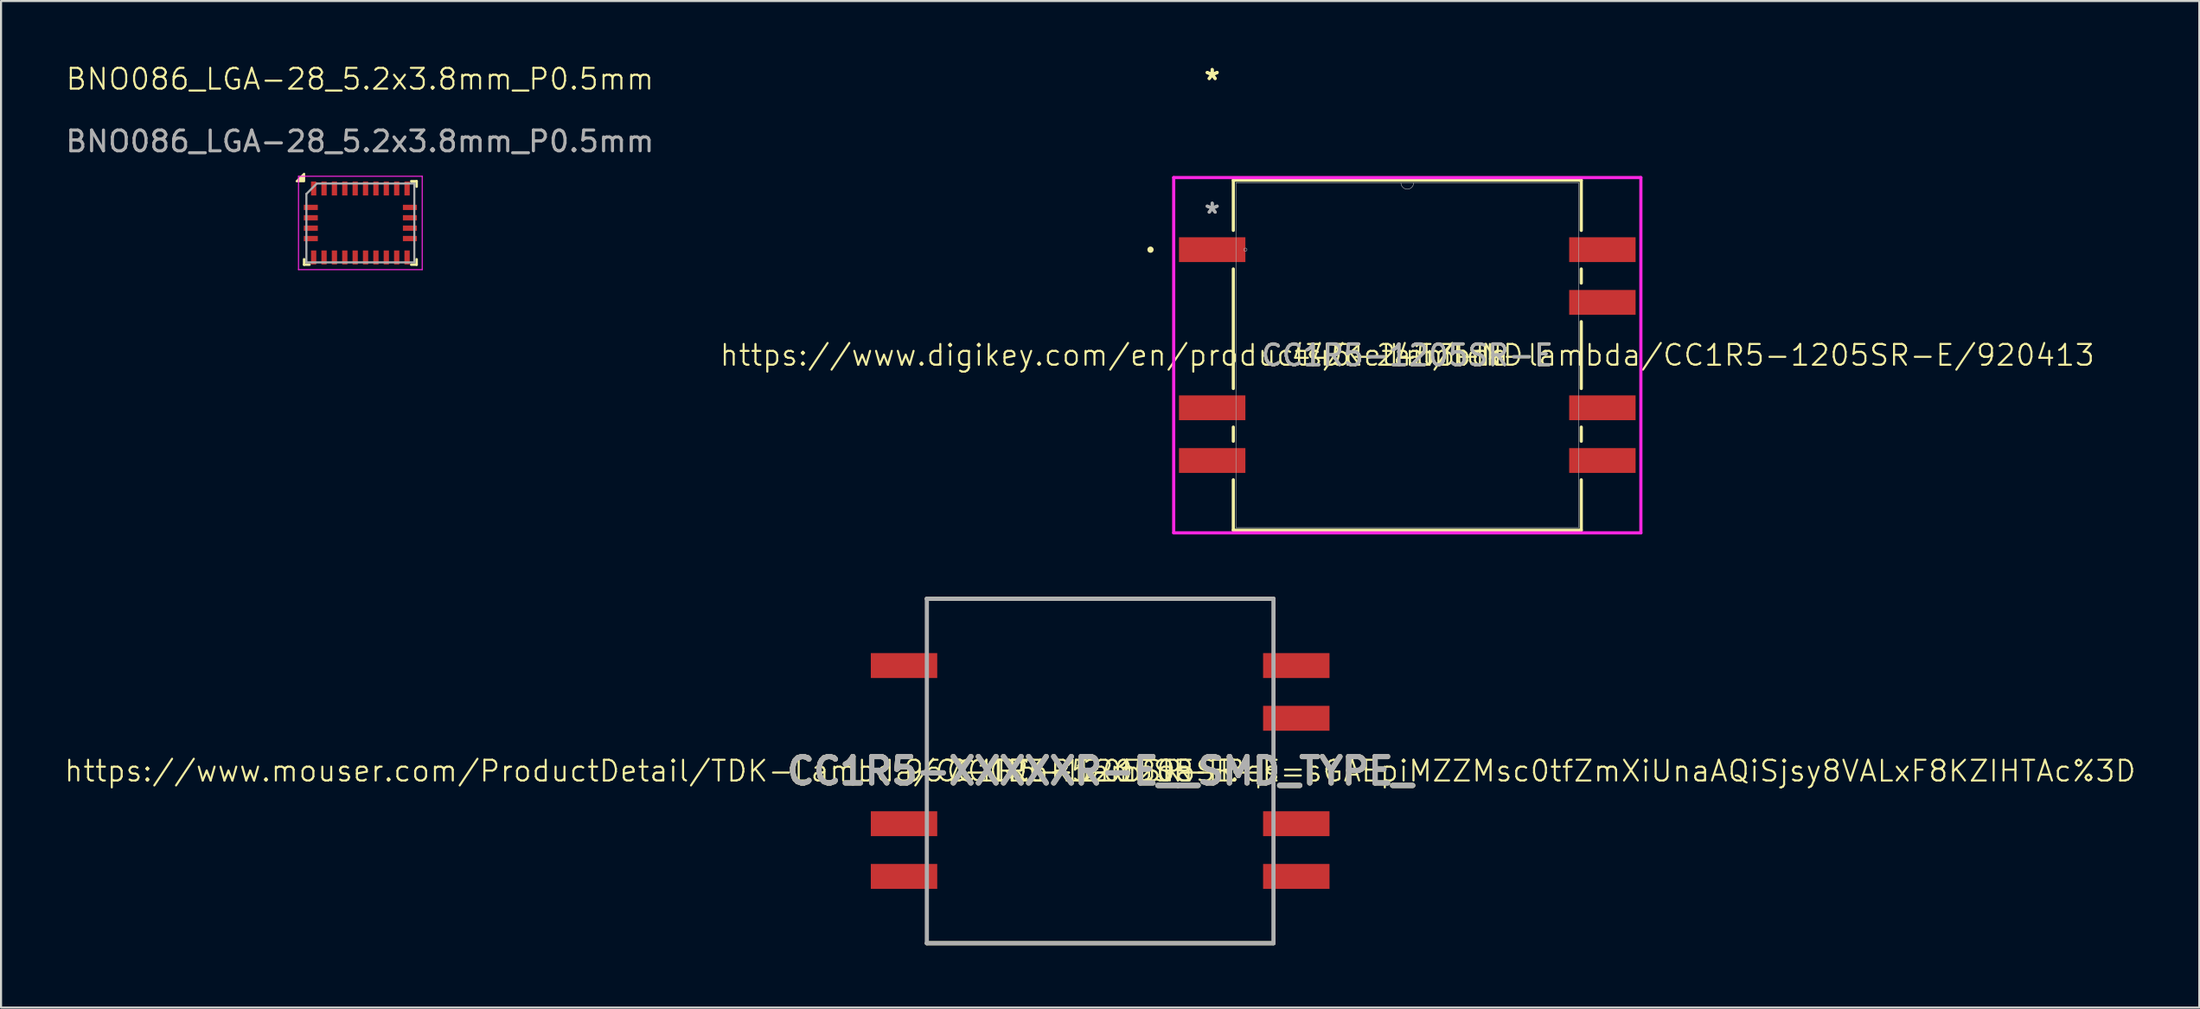
<source format=kicad_pcb>
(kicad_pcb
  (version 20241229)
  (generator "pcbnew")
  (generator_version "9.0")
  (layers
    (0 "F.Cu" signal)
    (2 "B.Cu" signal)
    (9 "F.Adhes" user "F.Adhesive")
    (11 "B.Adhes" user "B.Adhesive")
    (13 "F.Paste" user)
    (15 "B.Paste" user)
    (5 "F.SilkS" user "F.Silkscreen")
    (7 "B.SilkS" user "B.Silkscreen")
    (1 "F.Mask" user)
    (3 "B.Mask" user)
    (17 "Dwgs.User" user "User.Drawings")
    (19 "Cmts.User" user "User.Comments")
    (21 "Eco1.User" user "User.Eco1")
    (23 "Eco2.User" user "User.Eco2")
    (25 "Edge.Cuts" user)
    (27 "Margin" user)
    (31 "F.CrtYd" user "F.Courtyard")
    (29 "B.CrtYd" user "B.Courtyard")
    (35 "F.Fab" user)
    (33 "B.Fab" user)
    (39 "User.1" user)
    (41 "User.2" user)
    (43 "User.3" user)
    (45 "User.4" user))
  (footprint "CC1R5-XXXXXR-E__SMD_TYPE_"
    (layer "F.Cu")
    (at 49.955 34.103)
    (property "Reference" "CC1R5-XXXXXR-E__SMD_TYPE_" (at 0 0 0) (layer "F.SilkS") (effects (font (size 1.27 1.27) (thickness 0.254))))
    (property "Mouser PN" "967-CC1R5-1205SR-E " (at 0 0 0) (layer "F.SilkS") (effects (font (size 1 1) (thickness 0.1))))
    (property "Mouser URL" "https://www.mouser.com/ProductDetail/TDK-Lambda/CC1R5-1205SR-E?qs=sGAEpiMZZMsc0tfZmXiUnaAQiSjsy8VALxF8KZIHTAc%3D" (at 0 0 0) (layer "F.SilkS") (effects (font (size 1 1) (thickness 0.1))))
    (property "MFG PN" "CC1R5-1205SR-E " (at 0 0 0) (layer "F.SilkS") (effects (font (size 1 1) (thickness 0.1))))
    (property "MFG" "TDK-Lambda " (at 0 0 0) (layer "F.SilkS") (effects (font (size 1 1) (thickness 0.1))))
    (attr smd)
    (fp_line (start -8.35 -8.3) (end 8.35 -8.3) (stroke (width 0.2) (type solid)) (layer "F.SilkS"))
    (fp_line (start -8.35 8.3) (end 8.35 8.3) (stroke (width 0.2) (type solid)) (layer "F.SilkS"))
    (fp_line (start -8.35 -8.3) (end 8.35 -8.3) (stroke (width 0.2) (type solid)) (layer "F.Fab"))
    (fp_line (start -8.35 8.3) (end -8.35 -8.3) (stroke (width 0.2) (type solid)) (layer "F.Fab"))
    (fp_line (start 8.35 -8.3) (end 8.35 8.3) (stroke (width 0.2) (type solid)) (layer "F.Fab"))
    (fp_line (start 8.35 8.3) (end -8.35 8.3) (stroke (width 0.2) (type solid)) (layer "F.Fab"))
    (fp_text user "${REFERENCE}" (at 0 0 0) (layer "F.Fab") (effects (font (size 1.27 1.27) (thickness 0.254))))
    (pad "1" smd rect (at -9.45 -5.08 90) (size 1.2 3.2) (layers "F.Cu" "F.Mask" "F.Paste"))
    (pad "2" smd rect (at -9.45 2.54 90) (size 1.2 3.2) (layers "F.Cu" "F.Mask" "F.Paste"))
    (pad "3" smd rect (at -9.45 5.08 90) (size 1.2 3.2) (layers "F.Cu" "F.Mask" "F.Paste"))
    (pad "4" smd rect (at 9.45 5.08 90) (size 1.2 3.2) (layers "F.Cu" "F.Mask" "F.Paste"))
    (pad "5" smd rect (at 9.45 2.54 90) (size 1.2 3.2) (layers "F.Cu" "F.Mask" "F.Paste"))
    (pad "6" smd rect (at 9.45 -2.54 90) (size 1.2 3.2) (layers "F.Cu" "F.Mask" "F.Paste"))
    (pad "7" smd rect (at 9.45 -5.08 90) (size 1.2 3.2) (layers "F.Cu" "F.Mask" "F.Paste")))
  (footprint "CC1R5-1205SR-E"
    (layer "F.Cu")
    (at 64.752 14.067)
    (property "Reference" "CC1R5-1205SR-E" (at 0 0 0) (unlocked yes) (layer "F.SilkS") (effects (font (size 1 1) (thickness 0.15))))
    (property "Digikey PN" "445-2453-ND" (at 0 0 0) (layer "F.SilkS") (effects (font (size 1 1) (thickness 0.1))))
    (property "Digikey URL" "https://www.digikey.com/en/products/detail/tdk-lambda/CC1R5-1205SR-E/920413" (at 0 0 0) (layer "F.SilkS") (effects (font (size 1 1) (thickness 0.1))))
    (property "MFG PN" "CC1R5-1205SR-E" (at 0 0 0) (layer "F.SilkS") (effects (font (size 1 1) (thickness 0.1))))
    (property "MFG" "TDK-Lambda" (at 0 0 0) (layer "F.SilkS") (effects (font (size 1 1) (thickness 0.1))))
    (attr smd)
    (fp_line (start -8.382 -8.433) (end 8.382 -8.433) (stroke (width 0.152) (type solid)) (layer "F.SilkS"))
    (fp_line (start -8.382 -6.015) (end -8.382 -8.433) (stroke (width 0.152) (type solid)) (layer "F.SilkS"))
    (fp_line (start -8.382 1.605) (end -8.382 -4.156) (stroke (width 0.152) (type solid)) (layer "F.SilkS"))
    (fp_line (start -8.382 4.145) (end -8.382 3.464) (stroke (width 0.152) (type solid)) (layer "F.SilkS"))
    (fp_line (start -8.382 8.433) (end -8.382 6.004) (stroke (width 0.152) (type solid)) (layer "F.SilkS"))
    (fp_line (start 8.382 -8.433) (end 8.382 -6.015) (stroke (width 0.152) (type solid)) (layer "F.SilkS"))
    (fp_line (start 8.382 -4.156) (end 8.382 -3.475) (stroke (width 0.152) (type solid)) (layer "F.SilkS"))
    (fp_line (start 8.382 -1.616) (end 8.382 1.605) (stroke (width 0.152) (type solid)) (layer "F.SilkS"))
    (fp_line (start 8.382 3.464) (end 8.382 4.145) (stroke (width 0.152) (type solid)) (layer "F.SilkS"))
    (fp_line (start 8.382 6.004) (end 8.382 8.433) (stroke (width 0.152) (type solid)) (layer "F.SilkS"))
    (fp_line (start 8.382 8.433) (end -8.382 8.433) (stroke (width 0.152) (type solid)) (layer "F.SilkS"))
    (fp_circle (center -12.372 -5.086) (end -12.296 -5.086) (stroke (width 0.152) (type solid)) (fill no) (layer "F.SilkS"))
    (fp_line (start -11.254 -8.56) (end 11.254 -8.56) (stroke (width 0.152) (type solid)) (layer "F.CrtYd"))
    (fp_line (start -11.254 8.56) (end -11.254 -8.56) (stroke (width 0.152) (type solid)) (layer "F.CrtYd"))
    (fp_line (start 11.254 -8.56) (end 11.254 8.56) (stroke (width 0.152) (type solid)) (layer "F.CrtYd"))
    (fp_line (start 11.254 8.56) (end -11.254 8.56) (stroke (width 0.152) (type solid)) (layer "F.CrtYd"))
    (fp_line (start -8.255 -8.306) (end -8.255 8.306) (stroke (width 0.025) (type solid)) (layer "F.Fab"))
    (fp_line (start -8.255 8.306) (end 8.255 8.306) (stroke (width 0.025) (type solid)) (layer "F.Fab"))
    (fp_line (start 8.255 -8.306) (end -8.255 -8.306) (stroke (width 0.025) (type solid)) (layer "F.Fab"))
    (fp_line (start 8.255 8.306) (end 8.255 -8.306) (stroke (width 0.025) (type solid)) (layer "F.Fab"))
    (fp_arc (start 0.3048 -8.3058) (mid 0 -8.001) (end -0.3048 -8.3058) (stroke (width 0.0254) (type solid)) (layer "F.Fab"))
    (fp_circle (center -7.8 -5.086) (end -7.724 -5.086) (stroke (width 0.025) (type solid)) (fill no) (layer "F.Fab"))
    (fp_text user "*" (at -9.4 -13.219 0) (unlocked yes) (layer "F.SilkS") (effects (font (size 1 1) (thickness 0.15))))
    (fp_text user "*" (at -9.4 -13.219 0) (layer "F.SilkS") (effects (font (size 1 1) (thickness 0.15))))
    (fp_text user "${REFERENCE}" (at 0 0 0) (unlocked yes) (layer "F.Fab") (effects (font (size 1 1) (thickness 0.15))))
    (fp_text user "*" (at -9.4 -6.779 0) (layer "F.Fab") (effects (font (size 1 1) (thickness 0.15))))
    (fp_text user "*" (at -9.4 -6.779 0) (unlocked yes) (layer "F.Fab") (effects (font (size 1 1) (thickness 0.15))))
    (pad "1" smd rect (at -9.4 -5.086) (size 3.2 1.194) (layers "F.Cu" "F.Mask" "F.Paste"))
    (pad "2" smd rect (at -9.4 2.534) (size 3.2 1.194) (layers "F.Cu" "F.Mask" "F.Paste"))
    (pad "3" smd rect (at -9.4 5.074) (size 3.2 1.194) (layers "F.Cu" "F.Mask" "F.Paste"))
    (pad "4" smd rect (at 9.4 5.074) (size 3.2 1.194) (layers "F.Cu" "F.Mask" "F.Paste"))
    (pad "5" smd rect (at 9.4 2.534) (size 3.2 1.194) (layers "F.Cu" "F.Mask" "F.Paste"))
    (pad "6" smd rect (at 9.4 -2.546) (size 3.2 1.194) (layers "F.Cu" "F.Mask" "F.Paste"))
    (pad "7" smd rect (at 9.4 -5.086) (size 3.2 1.194) (layers "F.Cu" "F.Mask" "F.Paste")))
  (footprint "BNO086_LGA-28_5.2x3.8mm_P0.5mm"
    (layer "F.Cu")
    (at 14.292 7.761)
    (property "Reference" "BNO086_LGA-28_5.2x3.8mm_P0.5mm" (at 0 -7 0) (unlocked yes) (layer "F.SilkS") (effects (font (size 1 1) (thickness 0.1))))
    (attr through_hole)
    (fp_line (start -2.69 1.943) (end -2.69 1.683) (stroke (width 0.12) (type solid)) (layer "F.SilkS"))
    (fp_line (start -2.69 1.943) (end -2.43 1.943) (stroke (width 0.12) (type solid)) (layer "F.SilkS"))
    (fp_line (start 2.73 -2.077) (end 2.47 -2.077) (stroke (width 0.12) (type solid)) (layer "F.SilkS"))
    (fp_line (start 2.73 -2.077) (end 2.73 -1.817) (stroke (width 0.12) (type solid)) (layer "F.SilkS"))
    (fp_line (start 2.73 1.943) (end 2.47 1.943) (stroke (width 0.12) (type solid)) (layer "F.SilkS"))
    (fp_line (start 2.73 1.943) (end 2.73 1.683) (stroke (width 0.12) (type solid)) (layer "F.SilkS"))
    (fp_poly (pts (xy -2.69 -2.077) (xy -3.05 -2.077) (xy -2.69 -2.437) (xy -2.69 -2.077)) (stroke (width 0.1) (type solid)) (fill yes) (layer "F.SilkS"))
    (fp_line (start -2.96 -2.317) (end -2.96 2.183) (stroke (width 0.05) (type solid)) (layer "F.CrtYd"))
    (fp_line (start -2.96 2.183) (end 3 2.183) (stroke (width 0.05) (type solid)) (layer "F.CrtYd"))
    (fp_line (start 3 -2.317) (end -2.96 -2.317) (stroke (width 0.05) (type solid)) (layer "F.CrtYd"))
    (fp_line (start 3 2.183) (end 3 -2.317) (stroke (width 0.05) (type solid)) (layer "F.CrtYd"))
    (fp_line (start -2.58 -1.467) (end -2.58 1.833) (stroke (width 0.1) (type solid)) (layer "F.Fab"))
    (fp_line (start -2.58 -1.467) (end -2.08 -1.967) (stroke (width 0.1) (type solid)) (layer "F.Fab"))
    (fp_line (start -2.58 1.833) (end 2.62 1.833) (stroke (width 0.1) (type solid)) (layer "F.Fab"))
    (fp_line (start 2.62 -1.967) (end -2.08 -1.967) (stroke (width 0.1) (type solid)) (layer "F.Fab"))
    (fp_line (start 2.62 1.833) (end 2.62 -1.967) (stroke (width 0.1) (type solid)) (layer "F.Fab"))
    (fp_text user "${REFERENCE}" (at 0 -4 0) (unlocked yes) (layer "F.Fab") (effects (font (size 1 1) (thickness 0.15))))
    (pad "1" smd rect (at -2.23 -1.729) (size 0.254 0.675) (layers "F.Cu" "F.Mask" "F.Paste"))
    (pad "2" smd rect (at -2.368 -0.817 90) (size 0.254 0.675) (layers "F.Cu" "F.Mask" "F.Paste"))
    (pad "3" smd rect (at -2.368 -0.317 90) (size 0.254 0.675) (layers "F.Cu" "F.Mask" "F.Paste"))
    (pad "4" smd rect (at -2.368 0.183 90) (size 0.254 0.675) (layers "F.Cu" "F.Mask" "F.Paste"))
    (pad "5" smd rect (at -2.368 0.683 90) (size 0.254 0.675) (layers "F.Cu" "F.Mask" "F.Paste"))
    (pad "6" smd rect (at -2.23 1.596) (size 0.254 0.675) (layers "F.Cu" "F.Mask" "F.Paste"))
    (pad "7" smd rect (at -1.73 1.596) (size 0.254 0.675) (layers "F.Cu" "F.Mask" "F.Paste"))
    (pad "8" smd rect (at -1.23 1.596) (size 0.254 0.675) (layers "F.Cu" "F.Mask" "F.Paste"))
    (pad "9" smd rect (at -0.73 1.596) (size 0.254 0.675) (layers "F.Cu" "F.Mask" "F.Paste"))
    (pad "10" smd rect (at -0.23 1.596) (size 0.254 0.675) (layers "F.Cu" "F.Mask" "F.Paste"))
    (pad "11" smd rect (at 0.27 1.596) (size 0.254 0.675) (layers "F.Cu" "F.Mask" "F.Paste"))
    (pad "12" smd rect (at 0.77 1.596) (size 0.254 0.675) (layers "F.Cu" "F.Mask" "F.Paste"))
    (pad "13" smd rect (at 1.27 1.596) (size 0.254 0.675) (layers "F.Cu" "F.Mask" "F.Paste"))
    (pad "14" smd rect (at 1.77 1.596) (size 0.254 0.675) (layers "F.Cu" "F.Mask" "F.Paste"))
    (pad "15" smd rect (at 2.27 1.596) (size 0.254 0.675) (layers "F.Cu" "F.Mask" "F.Paste"))
    (pad "16" smd rect (at 2.407 0.683 90) (size 0.254 0.675) (layers "F.Cu" "F.Mask" "F.Paste"))
    (pad "17" smd rect (at 2.407 0.183 90) (size 0.254 0.675) (layers "F.Cu" "F.Mask" "F.Paste"))
    (pad "18" smd rect (at 2.407 -0.317 90) (size 0.254 0.675) (layers "F.Cu" "F.Mask" "F.Paste"))
    (pad "19" smd rect (at 2.407 -0.817 90) (size 0.254 0.675) (layers "F.Cu" "F.Mask" "F.Paste"))
    (pad "20" smd rect (at 2.27 -1.729) (size 0.254 0.675) (layers "F.Cu" "F.Mask" "F.Paste"))
    (pad "21" smd rect (at 1.77 -1.729) (size 0.254 0.675) (layers "F.Cu" "F.Mask" "F.Paste"))
    (pad "22" smd rect (at 1.27 -1.729) (size 0.254 0.675) (layers "F.Cu" "F.Mask" "F.Paste"))
    (pad "23" smd rect (at 0.77 -1.729) (size 0.254 0.675) (layers "F.Cu" "F.Mask" "F.Paste"))
    (pad "24" smd rect (at 0.27 -1.729) (size 0.254 0.675) (layers "F.Cu" "F.Mask" "F.Paste"))
    (pad "25" smd rect (at -0.23 -1.729) (size 0.254 0.675) (layers "F.Cu" "F.Mask" "F.Paste"))
    (pad "26" smd rect (at -0.73 -1.729) (size 0.254 0.675) (layers "F.Cu" "F.Mask" "F.Paste"))
    (pad "27" smd rect (at -1.23 -1.729) (size 0.254 0.675) (layers "F.Cu" "F.Mask" "F.Paste"))
    (pad "28" smd rect (at -1.73 -1.729) (size 0.254 0.675) (layers "F.Cu" "F.Mask" "F.Paste"))
    (zone (net_name "") (layers "F.Cu" "B.Cu") (hatch edge 0.5) (connect_pads) (min_thickness 0.25) (filled_areas_thickness no) (keepout (tracks not_allowed) (vias not_allowed) (pads allowed) (copperpour not_allowed) (footprints allowed)) (placement (enabled no)) (fill) (polygon (pts (xy 16.419 6.345) (xy 16.394 9.012) (xy 12.214 9.016) (xy 12.214 6.369) (xy 12.305 6.37)))))
  (gr_rect
    (start -3 -3)
    (end 102.91 45.503)
    (stroke (width 0.1) (type default))
    (fill no)
    (layer "Edge.Cuts")))
</source>
